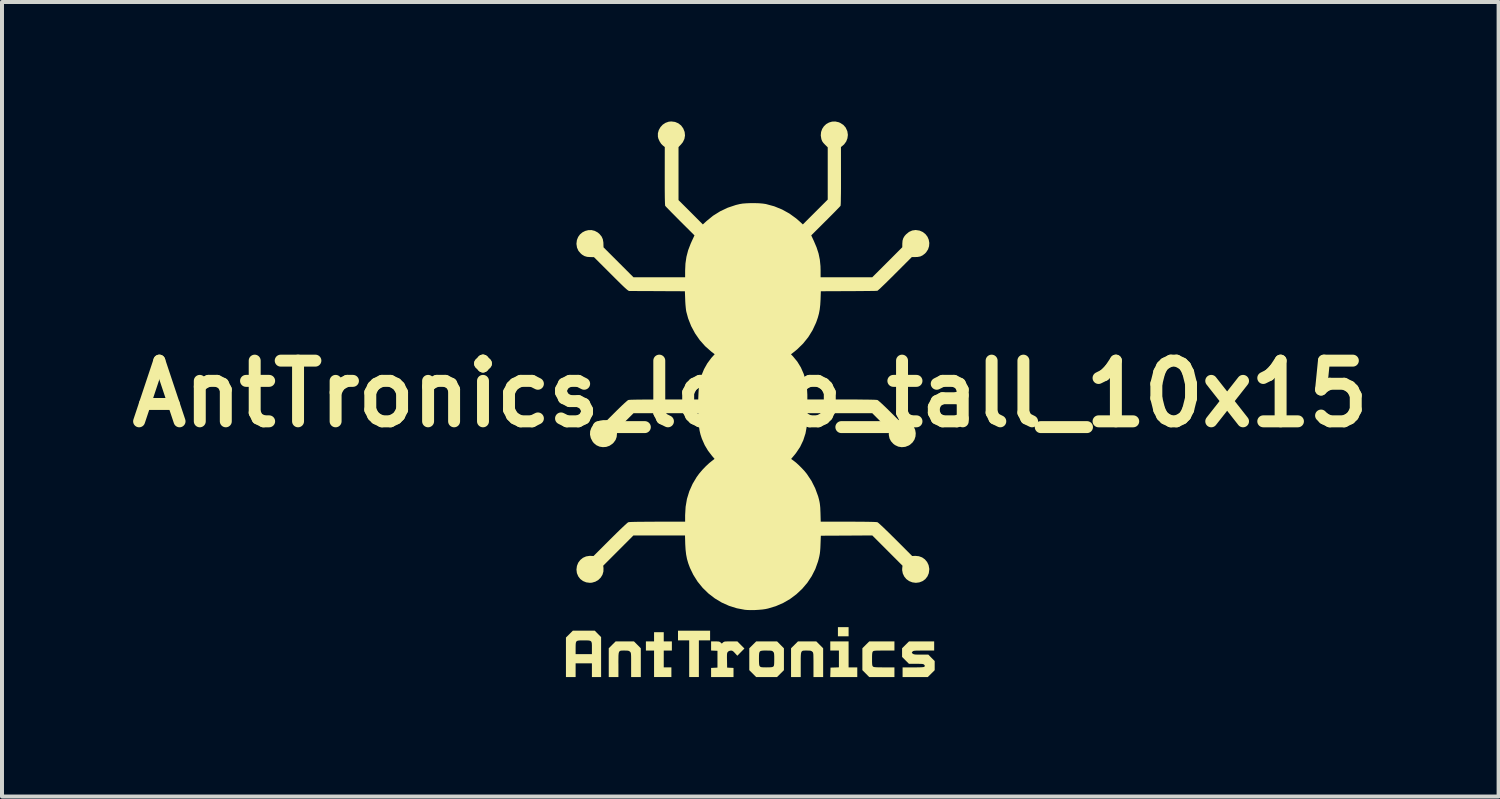
<source format=kicad_pcb>
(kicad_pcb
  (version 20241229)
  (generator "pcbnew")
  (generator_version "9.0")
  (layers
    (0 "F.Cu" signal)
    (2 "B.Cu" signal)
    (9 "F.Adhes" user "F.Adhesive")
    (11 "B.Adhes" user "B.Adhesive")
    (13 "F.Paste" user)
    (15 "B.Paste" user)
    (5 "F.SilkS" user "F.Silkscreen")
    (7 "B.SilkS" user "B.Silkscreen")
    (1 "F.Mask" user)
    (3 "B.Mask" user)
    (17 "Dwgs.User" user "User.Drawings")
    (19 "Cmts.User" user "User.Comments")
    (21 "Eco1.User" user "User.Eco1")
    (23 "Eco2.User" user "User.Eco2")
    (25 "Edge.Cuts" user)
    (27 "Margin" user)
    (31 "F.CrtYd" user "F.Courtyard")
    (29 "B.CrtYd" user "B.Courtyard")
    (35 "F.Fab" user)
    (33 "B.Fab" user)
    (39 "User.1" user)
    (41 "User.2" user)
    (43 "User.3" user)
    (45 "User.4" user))
  (footprint "AntTronics_logo_tall_10x15"
    (layer "F.Cu")
    (at 15.792 6.841)
    (property "Reference" "AntTronics_logo_tall_10x15" (at 0 0 0) (layer "F.SilkS") (effects (font (size 1.524 1.524) (thickness 0.3))))
    (attr board_only exclude_from_pos_files exclude_from_bom)
    (fp_poly (pts (xy 2.468 6.088) (xy 2.2 6.088) (xy 2.2 5.858) (xy 2.468 5.858)) (stroke (width 0) (type solid)) (fill yes) (layer "F.SilkS"))
    (fp_poly (pts (xy -1.01 6.19) (xy -1.292 6.19) (xy -1.292 7.111) (xy -1.535 7.111) (xy -1.535 6.19) (xy -1.816 6.19) (xy -1.816 5.947) (xy -1.01 5.947)) (stroke (width 0) (type solid)) (fill yes) (layer "F.SilkS"))
    (fp_poly (pts (xy 2.468 6.868) (xy 2.686 6.868) (xy 2.686 7.111) (xy 2.007 7.111) (xy 2.011 6.993) (xy 2.014 6.874) (xy 2.12 6.871) (xy 2.225 6.867) (xy 2.225 6.446) (xy 2.008 6.446) (xy 2.008 6.216) (xy 2.468 6.216)) (stroke (width 0) (type solid)) (fill yes) (layer "F.SilkS"))
    (fp_poly (pts (xy -2.174 6.216) (xy -1.97 6.216) (xy -1.97 6.446) (xy -2.174 6.446) (xy -2.174 6.868) (xy -1.982 6.868) (xy -1.982 7.111) (xy -2.417 7.111) (xy -2.417 6.446) (xy -2.622 6.446) (xy -2.622 6.216) (xy -2.417 6.216) (xy -2.417 5.985) (xy -2.174 5.985)) (stroke (width 0) (type solid)) (fill yes) (layer "F.SilkS"))
    (fp_poly (pts (xy -3.747 6.108) (xy -3.747 7.111) (xy -3.978 7.111) (xy -3.978 6.766) (xy -4.387 6.766) (xy -4.387 7.111) (xy -4.63 7.111) (xy -4.63 6.372) (xy -4.387 6.372) (xy -4.387 6.384) (xy -4.387 6.535) (xy -3.978 6.535) (xy -3.978 6.386) (xy -3.978 6.313) (xy -3.981 6.26) (xy -3.991 6.225) (xy -4.012 6.205) (xy -4.047 6.194) (xy -4.1 6.191) (xy -4.175 6.19) (xy -4.18 6.19) (xy -4.257 6.19) (xy -4.312 6.194) (xy -4.349 6.203) (xy -4.371 6.222) (xy -4.382 6.254) (xy -4.386 6.303) (xy -4.387 6.372) (xy -4.63 6.372) (xy -4.63 6.119) (xy -4.543 6.033) (xy -4.457 5.947) (xy -3.906 5.947)) (stroke (width 0) (type solid)) (fill yes) (layer "F.SilkS"))
    (fp_poly (pts (xy -2.836 6.302) (xy -2.75 6.389) (xy -2.75 7.111) (xy -2.993 7.111) (xy -2.993 6.806) (xy -2.993 6.71) (xy -2.993 6.637) (xy -2.994 6.582) (xy -2.996 6.543) (xy -2.999 6.516) (xy -3.004 6.499) (xy -3.01 6.487) (xy -3.019 6.477) (xy -3.022 6.474) (xy -3.041 6.46) (xy -3.063 6.451) (xy -3.096 6.447) (xy -3.147 6.446) (xy -3.161 6.446) (xy -3.206 6.446) (xy -3.24 6.447) (xy -3.267 6.453) (xy -3.286 6.466) (xy -3.299 6.489) (xy -3.307 6.524) (xy -3.311 6.575) (xy -3.312 6.645) (xy -3.313 6.735) (xy -3.312 6.802) (xy -3.312 7.111) (xy -3.555 7.111) (xy -3.555 6.388) (xy -3.469 6.302) (xy -3.382 6.216) (xy -2.922 6.216)) (stroke (width 0) (type solid)) (fill yes) (layer "F.SilkS"))
    (fp_poly (pts (xy 1.743 6.302) (xy 1.829 6.389) (xy 1.829 7.111) (xy 1.586 7.111) (xy 1.586 6.806) (xy 1.586 6.71) (xy 1.585 6.637) (xy 1.584 6.582) (xy 1.583 6.543) (xy 1.579 6.516) (xy 1.575 6.499) (xy 1.569 6.487) (xy 1.56 6.477) (xy 1.556 6.474) (xy 1.538 6.46) (xy 1.516 6.451) (xy 1.482 6.447) (xy 1.432 6.446) (xy 1.418 6.446) (xy 1.373 6.446) (xy 1.338 6.447) (xy 1.312 6.453) (xy 1.293 6.466) (xy 1.28 6.489) (xy 1.272 6.524) (xy 1.268 6.575) (xy 1.266 6.645) (xy 1.266 6.735) (xy 1.266 6.802) (xy 1.266 7.111) (xy 1.023 7.111) (xy 1.023 6.388) (xy 1.11 6.302) (xy 1.196 6.216) (xy 1.657 6.216)) (stroke (width 0) (type solid)) (fill yes) (layer "F.SilkS"))
    (fp_poly (pts (xy 3.619 6.446) (xy 3.359 6.446) (xy 3.271 6.446) (xy 3.204 6.447) (xy 3.156 6.448) (xy 3.123 6.451) (xy 3.101 6.455) (xy 3.087 6.461) (xy 3.078 6.469) (xy 3.078 6.469) (xy 3.069 6.484) (xy 3.063 6.506) (xy 3.059 6.541) (xy 3.057 6.592) (xy 3.057 6.659) (xy 3.057 6.729) (xy 3.059 6.778) (xy 3.062 6.81) (xy 3.068 6.83) (xy 3.077 6.843) (xy 3.08 6.847) (xy 3.091 6.854) (xy 3.108 6.86) (xy 3.135 6.863) (xy 3.176 6.866) (xy 3.232 6.867) (xy 3.309 6.868) (xy 3.361 6.868) (xy 3.619 6.868) (xy 3.619 7.111) (xy 2.986 7.111) (xy 2.9 7.024) (xy 2.814 6.938) (xy 2.814 6.388) (xy 2.9 6.302) (xy 2.987 6.216) (xy 3.619 6.216)) (stroke (width 0) (type solid)) (fill yes) (layer "F.SilkS"))
    (fp_poly (pts (xy -0.826 6.217) (xy -0.79 6.22) (xy -0.766 6.228) (xy -0.747 6.242) (xy -0.746 6.244) (xy -0.716 6.271) (xy -0.687 6.244) (xy -0.672 6.232) (xy -0.656 6.224) (xy -0.631 6.219) (xy -0.594 6.217) (xy -0.54 6.216) (xy -0.491 6.216) (xy -0.325 6.216) (xy -0.237 6.305) (xy -0.148 6.395) (xy -0.237 6.485) (xy -0.326 6.576) (xy -0.385 6.511) (xy -0.419 6.475) (xy -0.446 6.455) (xy -0.471 6.447) (xy -0.488 6.446) (xy -0.536 6.457) (xy -0.561 6.476) (xy -0.572 6.489) (xy -0.579 6.504) (xy -0.584 6.525) (xy -0.586 6.558) (xy -0.587 6.606) (xy -0.586 6.674) (xy -0.585 6.69) (xy -0.582 6.874) (xy -0.502 6.878) (xy -0.422 6.882) (xy -0.422 7.111) (xy -0.985 7.111) (xy -0.985 6.882) (xy -0.905 6.878) (xy -0.825 6.874) (xy -0.825 6.452) (xy -0.905 6.449) (xy -0.985 6.445) (xy -0.985 6.216) (xy -0.88 6.216)) (stroke (width 0) (type solid)) (fill yes) (layer "F.SilkS"))
    (fp_poly (pts (xy 4.617 6.446) (xy 4.357 6.446) (xy 4.269 6.446) (xy 4.203 6.447) (xy 4.155 6.448) (xy 4.122 6.451) (xy 4.1 6.455) (xy 4.086 6.461) (xy 4.076 6.469) (xy 4.072 6.473) (xy 4.057 6.493) (xy 4.058 6.506) (xy 4.078 6.524) (xy 4.093 6.534) (xy 4.112 6.54) (xy 4.141 6.545) (xy 4.183 6.547) (xy 4.243 6.548) (xy 4.289 6.548) (xy 4.471 6.548) (xy 4.55 6.629) (xy 4.63 6.709) (xy 4.63 6.939) (xy 4.457 7.111) (xy 3.824 7.111) (xy 3.824 6.868) (xy 4.091 6.868) (xy 4.183 6.868) (xy 4.252 6.867) (xy 4.302 6.865) (xy 4.337 6.862) (xy 4.359 6.858) (xy 4.371 6.852) (xy 4.374 6.849) (xy 4.383 6.83) (xy 4.373 6.81) (xy 4.367 6.804) (xy 4.356 6.794) (xy 4.341 6.787) (xy 4.317 6.782) (xy 4.28 6.78) (xy 4.225 6.779) (xy 4.164 6.778) (xy 3.983 6.778) (xy 3.897 6.692) (xy 3.811 6.605) (xy 3.811 6.388) (xy 3.898 6.302) (xy 3.985 6.216) (xy 4.617 6.216)) (stroke (width 0) (type solid)) (fill yes) (layer "F.SilkS"))
    (fp_poly (pts (xy 0.758 6.302) (xy 0.844 6.389) (xy 0.844 6.939) (xy 0.671 7.111) (xy 0.146 7.111) (xy 0.06 7.024) (xy -0.026 6.938) (xy -0.026 6.641) (xy 0.217 6.641) (xy 0.217 6.655) (xy 0.218 6.733) (xy 0.221 6.789) (xy 0.229 6.827) (xy 0.247 6.851) (xy 0.277 6.863) (xy 0.323 6.867) (xy 0.387 6.868) (xy 0.407 6.868) (xy 0.474 6.867) (xy 0.521 6.865) (xy 0.551 6.86) (xy 0.571 6.852) (xy 0.578 6.847) (xy 0.588 6.835) (xy 0.594 6.817) (xy 0.598 6.788) (xy 0.6 6.744) (xy 0.601 6.68) (xy 0.601 6.665) (xy 0.601 6.598) (xy 0.599 6.551) (xy 0.596 6.52) (xy 0.59 6.499) (xy 0.58 6.483) (xy 0.573 6.476) (xy 0.559 6.462) (xy 0.543 6.454) (xy 0.518 6.449) (xy 0.48 6.447) (xy 0.424 6.446) (xy 0.405 6.446) (xy 0.335 6.446) (xy 0.286 6.45) (xy 0.252 6.46) (xy 0.232 6.48) (xy 0.222 6.515) (xy 0.218 6.567) (xy 0.217 6.641) (xy -0.026 6.641) (xy -0.026 6.388) (xy 0.061 6.302) (xy 0.148 6.216) (xy 0.672 6.216)) (stroke (width 0) (type solid)) (fill yes) (layer "F.SilkS"))
    (fp_poly (pts (xy -1.89 -6.829) (xy -1.807 -6.794) (xy -1.737 -6.739) (xy -1.684 -6.666) (xy -1.649 -6.577) (xy -1.64 -6.489) (xy -1.655 -6.402) (xy -1.694 -6.321) (xy -1.74 -6.264) (xy -1.803 -6.198) (xy -1.803 -4.866) (xy -1.497 -4.561) (xy -1.192 -4.255) (xy -1.098 -4.341) (xy -0.935 -4.474) (xy -0.757 -4.585) (xy -0.567 -4.675) (xy -0.364 -4.743) (xy -0.264 -4.767) (xy -0.19 -4.779) (xy -0.098 -4.786) (xy 0.005 -4.79) (xy 0.112 -4.79) (xy 0.217 -4.787) (xy 0.311 -4.779) (xy 0.388 -4.768) (xy 0.396 -4.766) (xy 0.602 -4.71) (xy 0.798 -4.63) (xy 0.981 -4.529) (xy 1.151 -4.406) (xy 1.226 -4.341) (xy 1.319 -4.255) (xy 1.944 -4.879) (xy 1.944 -6.191) (xy 1.875 -6.259) (xy 1.833 -6.304) (xy 1.805 -6.344) (xy 1.787 -6.39) (xy 1.784 -6.4) (xy 1.769 -6.491) (xy 1.777 -6.576) (xy 1.804 -6.653) (xy 1.848 -6.72) (xy 1.906 -6.775) (xy 1.975 -6.814) (xy 2.053 -6.837) (xy 2.136 -6.84) (xy 2.221 -6.821) (xy 2.261 -6.803) (xy 2.338 -6.753) (xy 2.395 -6.687) (xy 2.433 -6.604) (xy 2.438 -6.589) (xy 2.45 -6.504) (xy 2.439 -6.418) (xy 2.408 -6.337) (xy 2.357 -6.267) (xy 2.327 -6.24) (xy 2.276 -6.198) (xy 2.277 -5.472) (xy 2.277 -5.308) (xy 2.277 -5.162) (xy 2.276 -5.035) (xy 2.274 -4.928) (xy 2.273 -4.842) (xy 2.271 -4.779) (xy 2.268 -4.738) (xy 2.266 -4.723) (xy 2.254 -4.709) (xy 2.226 -4.679) (xy 2.184 -4.636) (xy 2.13 -4.58) (xy 2.066 -4.515) (xy 1.994 -4.443) (xy 1.916 -4.364) (xy 1.891 -4.34) (xy 1.53 -3.98) (xy 1.595 -3.841) (xy 1.664 -3.679) (xy 1.714 -3.524) (xy 1.746 -3.369) (xy 1.762 -3.207) (xy 1.765 -3.098) (xy 1.765 -2.929) (xy 3.063 -2.929) (xy 3.44 -3.305) (xy 3.816 -3.682) (xy 3.817 -3.775) (xy 3.823 -3.85) (xy 3.841 -3.909) (xy 3.874 -3.964) (xy 3.912 -4.007) (xy 3.985 -4.067) (xy 4.066 -4.103) (xy 4.153 -4.115) (xy 4.246 -4.101) (xy 4.252 -4.1) (xy 4.333 -4.064) (xy 4.399 -4.011) (xy 4.449 -3.946) (xy 4.481 -3.871) (xy 4.495 -3.79) (xy 4.489 -3.709) (xy 4.464 -3.63) (xy 4.417 -3.557) (xy 4.385 -3.523) (xy 4.326 -3.478) (xy 4.267 -3.45) (xy 4.198 -3.438) (xy 4.148 -3.436) (xy 4.056 -3.436) (xy 3.636 -3.016) (xy 3.55 -2.93) (xy 3.469 -2.85) (xy 3.395 -2.777) (xy 3.329 -2.714) (xy 3.274 -2.661) (xy 3.231 -2.622) (xy 3.203 -2.597) (xy 3.191 -2.589) (xy 3.174 -2.588) (xy 3.133 -2.586) (xy 3.072 -2.585) (xy 2.993 -2.584) (xy 2.897 -2.583) (xy 2.789 -2.582) (xy 2.669 -2.581) (xy 2.541 -2.58) (xy 2.468 -2.58) (xy 1.771 -2.577) (xy 1.764 -2.366) (xy 1.756 -2.234) (xy 1.743 -2.12) (xy 1.723 -2.015) (xy 1.695 -1.913) (xy 1.657 -1.804) (xy 1.65 -1.786) (xy 1.563 -1.599) (xy 1.455 -1.424) (xy 1.325 -1.263) (xy 1.177 -1.118) (xy 1.109 -1.062) (xy 1.021 -0.994) (xy 1.072 -0.941) (xy 1.18 -0.81) (xy 1.27 -0.663) (xy 1.341 -0.501) (xy 1.392 -0.328) (xy 1.423 -0.146) (xy 1.432 0.022) (xy 1.432 0.141) (xy 2.295 0.141) (xy 2.495 0.141) (xy 2.669 0.141) (xy 2.819 0.143) (xy 2.943 0.144) (xy 3.042 0.146) (xy 3.116 0.148) (xy 3.166 0.151) (xy 3.191 0.154) (xy 3.193 0.154) (xy 3.212 0.167) (xy 3.245 0.195) (xy 3.291 0.236) (xy 3.347 0.288) (xy 3.41 0.348) (xy 3.476 0.413) (xy 3.722 0.658) (xy 3.808 0.66) (xy 3.896 0.669) (xy 3.969 0.695) (xy 4.034 0.741) (xy 4.046 0.752) (xy 4.104 0.824) (xy 4.14 0.903) (xy 4.154 0.986) (xy 4.148 1.069) (xy 4.122 1.148) (xy 4.076 1.218) (xy 4.01 1.277) (xy 3.98 1.296) (xy 3.892 1.33) (xy 3.803 1.339) (xy 3.716 1.325) (xy 3.635 1.287) (xy 3.591 1.254) (xy 3.532 1.189) (xy 3.495 1.117) (xy 3.478 1.033) (xy 3.477 0.992) (xy 3.477 0.902) (xy 3.27 0.694) (xy 3.063 0.486) (xy 1.432 0.486) (xy 1.432 0.604) (xy 1.42 0.804) (xy 1.386 0.992) (xy 1.329 1.168) (xy 1.25 1.333) (xy 1.147 1.487) (xy 1.106 1.538) (xy 1.025 1.634) (xy 1.085 1.677) (xy 1.149 1.727) (xy 1.22 1.792) (xy 1.293 1.865) (xy 1.362 1.939) (xy 1.418 2.008) (xy 1.42 2.011) (xy 1.536 2.185) (xy 1.63 2.373) (xy 1.703 2.572) (xy 1.72 2.635) (xy 1.734 2.692) (xy 1.744 2.745) (xy 1.751 2.8) (xy 1.757 2.864) (xy 1.76 2.944) (xy 1.762 2.99) (xy 1.768 3.21) (xy 2.463 3.21) (xy 2.636 3.21) (xy 2.787 3.211) (xy 2.915 3.212) (xy 3.019 3.214) (xy 3.1 3.216) (xy 3.157 3.219) (xy 3.188 3.222) (xy 3.193 3.224) (xy 3.21 3.235) (xy 3.242 3.263) (xy 3.288 3.305) (xy 3.347 3.36) (xy 3.415 3.426) (xy 3.492 3.5) (xy 3.574 3.582) (xy 3.647 3.654) (xy 4.065 4.072) (xy 4.143 4.068) (xy 4.233 4.077) (xy 4.315 4.107) (xy 4.384 4.156) (xy 4.439 4.221) (xy 4.477 4.3) (xy 4.494 4.389) (xy 4.494 4.412) (xy 4.482 4.504) (xy 4.448 4.584) (xy 4.395 4.652) (xy 4.327 4.702) (xy 4.245 4.734) (xy 4.157 4.745) (xy 4.068 4.733) (xy 3.987 4.701) (xy 3.918 4.651) (xy 3.865 4.586) (xy 3.829 4.51) (xy 3.813 4.426) (xy 3.815 4.374) (xy 3.822 4.315) (xy 3.063 3.555) (xy 2.417 3.559) (xy 1.771 3.562) (xy 1.763 3.773) (xy 1.759 3.87) (xy 1.753 3.949) (xy 1.745 4.016) (xy 1.733 4.08) (xy 1.717 4.147) (xy 1.699 4.212) (xy 1.632 4.4) (xy 1.542 4.577) (xy 1.432 4.743) (xy 1.303 4.895) (xy 1.158 5.031) (xy 0.998 5.151) (xy 0.825 5.251) (xy 0.641 5.331) (xy 0.448 5.389) (xy 0.38 5.404) (xy 0.302 5.415) (xy 0.208 5.423) (xy 0.108 5.429) (xy 0.009 5.43) (xy -0.08 5.427) (xy -0.137 5.422) (xy -0.339 5.384) (xy -0.533 5.323) (xy -0.718 5.24) (xy -0.891 5.136) (xy -1.051 5.013) (xy -1.195 4.873) (xy -1.323 4.716) (xy -1.431 4.545) (xy -1.515 4.371) (xy -1.558 4.256) (xy -1.59 4.146) (xy -1.612 4.033) (xy -1.626 3.911) (xy -1.634 3.776) (xy -1.64 3.555) (xy -2.935 3.555) (xy -3.694 4.315) (xy -3.687 4.374) (xy -3.689 4.461) (xy -3.713 4.543) (xy -3.757 4.614) (xy -3.817 4.673) (xy -3.891 4.716) (xy -3.976 4.741) (xy -4.029 4.745) (xy -4.121 4.733) (xy -4.202 4.7) (xy -4.27 4.649) (xy -4.322 4.581) (xy -4.355 4.501) (xy -4.366 4.412) (xy -4.354 4.321) (xy -4.322 4.24) (xy -4.27 4.171) (xy -4.204 4.117) (xy -4.125 4.082) (xy -4.037 4.068) (xy -4.015 4.068) (xy -3.937 4.072) (xy -3.519 3.654) (xy -3.433 3.569) (xy -3.351 3.488) (xy -3.276 3.415) (xy -3.209 3.351) (xy -3.152 3.298) (xy -3.108 3.258) (xy -3.078 3.232) (xy -3.065 3.224) (xy -3.043 3.22) (xy -2.996 3.217) (xy -2.924 3.215) (xy -2.828 3.213) (xy -2.709 3.212) (xy -2.566 3.211) (xy -2.401 3.21) (xy -2.333 3.21) (xy -1.637 3.21) (xy -1.637 3.047) (xy -1.625 2.837) (xy -1.591 2.637) (xy -1.532 2.445) (xy -1.449 2.259) (xy -1.349 2.091) (xy -1.285 2.003) (xy -1.206 1.91) (xy -1.12 1.82) (xy -1.033 1.739) (xy -0.987 1.702) (xy -0.898 1.632) (xy -0.959 1.561) (xy -1.062 1.427) (xy -1.145 1.288) (xy -1.212 1.136) (xy -1.221 1.113) (xy -1.252 1.017) (xy -1.274 0.923) (xy -1.289 0.823) (xy -1.299 0.71) (xy -1.301 0.662) (xy -1.308 0.486) (xy -2.933 0.486) (xy -3.141 0.692) (xy -3.348 0.898) (xy -3.348 0.989) (xy -3.356 1.081) (xy -3.384 1.158) (xy -3.434 1.226) (xy -3.463 1.254) (xy -3.537 1.304) (xy -3.619 1.332) (xy -3.703 1.338) (xy -3.786 1.325) (xy -3.863 1.291) (xy -3.929 1.237) (xy -3.961 1.197) (xy -4.006 1.111) (xy -4.026 1.023) (xy -4.022 0.936) (xy -3.993 0.853) (xy -3.941 0.776) (xy -3.918 0.752) (xy -3.854 0.702) (xy -3.783 0.673) (xy -3.699 0.66) (xy -3.68 0.66) (xy -3.594 0.658) (xy -3.348 0.413) (xy -3.281 0.348) (xy -3.219 0.288) (xy -3.163 0.236) (xy -3.117 0.195) (xy -3.084 0.167) (xy -3.065 0.154) (xy -3.044 0.151) (xy -2.999 0.148) (xy -2.929 0.146) (xy -2.834 0.144) (xy -2.714 0.143) (xy -2.569 0.142) (xy -2.398 0.141) (xy -2.203 0.141) (xy -2.169 0.141) (xy -1.308 0.141) (xy -1.301 -0.029) (xy -1.296 -0.104) (xy -1.289 -0.181) (xy -1.281 -0.25) (xy -1.272 -0.301) (xy -1.227 -0.463) (xy -1.162 -0.621) (xy -1.079 -0.768) (xy -0.981 -0.9) (xy -0.957 -0.927) (xy -0.895 -0.995) (xy -0.981 -1.062) (xy -1.134 -1.197) (xy -1.27 -1.35) (xy -1.387 -1.519) (xy -1.485 -1.701) (xy -1.561 -1.894) (xy -1.607 -2.063) (xy -1.615 -2.108) (xy -1.622 -2.172) (xy -1.629 -2.248) (xy -1.634 -2.328) (xy -1.635 -2.366) (xy -1.643 -2.577) (xy -2.321 -2.58) (xy -2.452 -2.581) (xy -2.575 -2.581) (xy -2.69 -2.582) (xy -2.792 -2.582) (xy -2.88 -2.583) (xy -2.951 -2.583) (xy -3.002 -2.583) (xy -3.032 -2.583) (xy -3.037 -2.583) (xy -3.048 -2.585) (xy -3.062 -2.592) (xy -3.082 -2.606) (xy -3.108 -2.627) (xy -3.143 -2.658) (xy -3.187 -2.699) (xy -3.243 -2.753) (xy -3.312 -2.821) (xy -3.395 -2.903) (xy -3.495 -3.003) (xy -3.501 -3.009) (xy -3.927 -3.434) (xy -4.019 -3.435) (xy -4.099 -3.441) (xy -4.164 -3.46) (xy -4.223 -3.495) (xy -4.256 -3.523) (xy -4.316 -3.592) (xy -4.352 -3.672) (xy -4.366 -3.764) (xy -4.366 -3.773) (xy -4.355 -3.862) (xy -4.324 -3.94) (xy -4.277 -4.005) (xy -4.216 -4.056) (xy -4.145 -4.092) (xy -4.067 -4.112) (xy -3.987 -4.113) (xy -3.908 -4.094) (xy -3.833 -4.054) (xy -3.787 -4.015) (xy -3.735 -3.952) (xy -3.704 -3.884) (xy -3.69 -3.803) (xy -3.689 -3.775) (xy -3.686 -3.68) (xy -3.311 -3.305) (xy -2.935 -2.929) (xy -1.637 -2.929) (xy -1.637 -3.093) (xy -1.629 -3.273) (xy -1.604 -3.442) (xy -1.561 -3.607) (xy -1.497 -3.774) (xy -1.467 -3.841) (xy -1.402 -3.98) (xy -1.764 -4.34) (xy -1.843 -4.42) (xy -1.917 -4.495) (xy -1.984 -4.562) (xy -2.041 -4.621) (xy -2.087 -4.668) (xy -2.119 -4.702) (xy -2.136 -4.721) (xy -2.138 -4.723) (xy -2.14 -4.741) (xy -2.143 -4.783) (xy -2.145 -4.848) (xy -2.147 -4.935) (xy -2.148 -5.043) (xy -2.149 -5.17) (xy -2.149 -5.315) (xy -2.149 -5.472) (xy -2.148 -6.199) (xy -2.193 -6.234) (xy -2.24 -6.281) (xy -2.28 -6.344) (xy -2.31 -6.412) (xy -2.321 -6.46) (xy -2.321 -6.545) (xy -2.298 -6.626) (xy -2.256 -6.699) (xy -2.199 -6.761) (xy -2.129 -6.807) (xy -2.049 -6.835) (xy -1.984 -6.841)) (stroke (width 0) (type solid)) (fill yes) (layer "F.SilkS")))
  (gr_rect
    (start -3 -3)
    (end 34.583 16.952)
    (stroke (width 0.1) (type default))
    (fill no)
    (layer "Edge.Cuts")))
</source>
